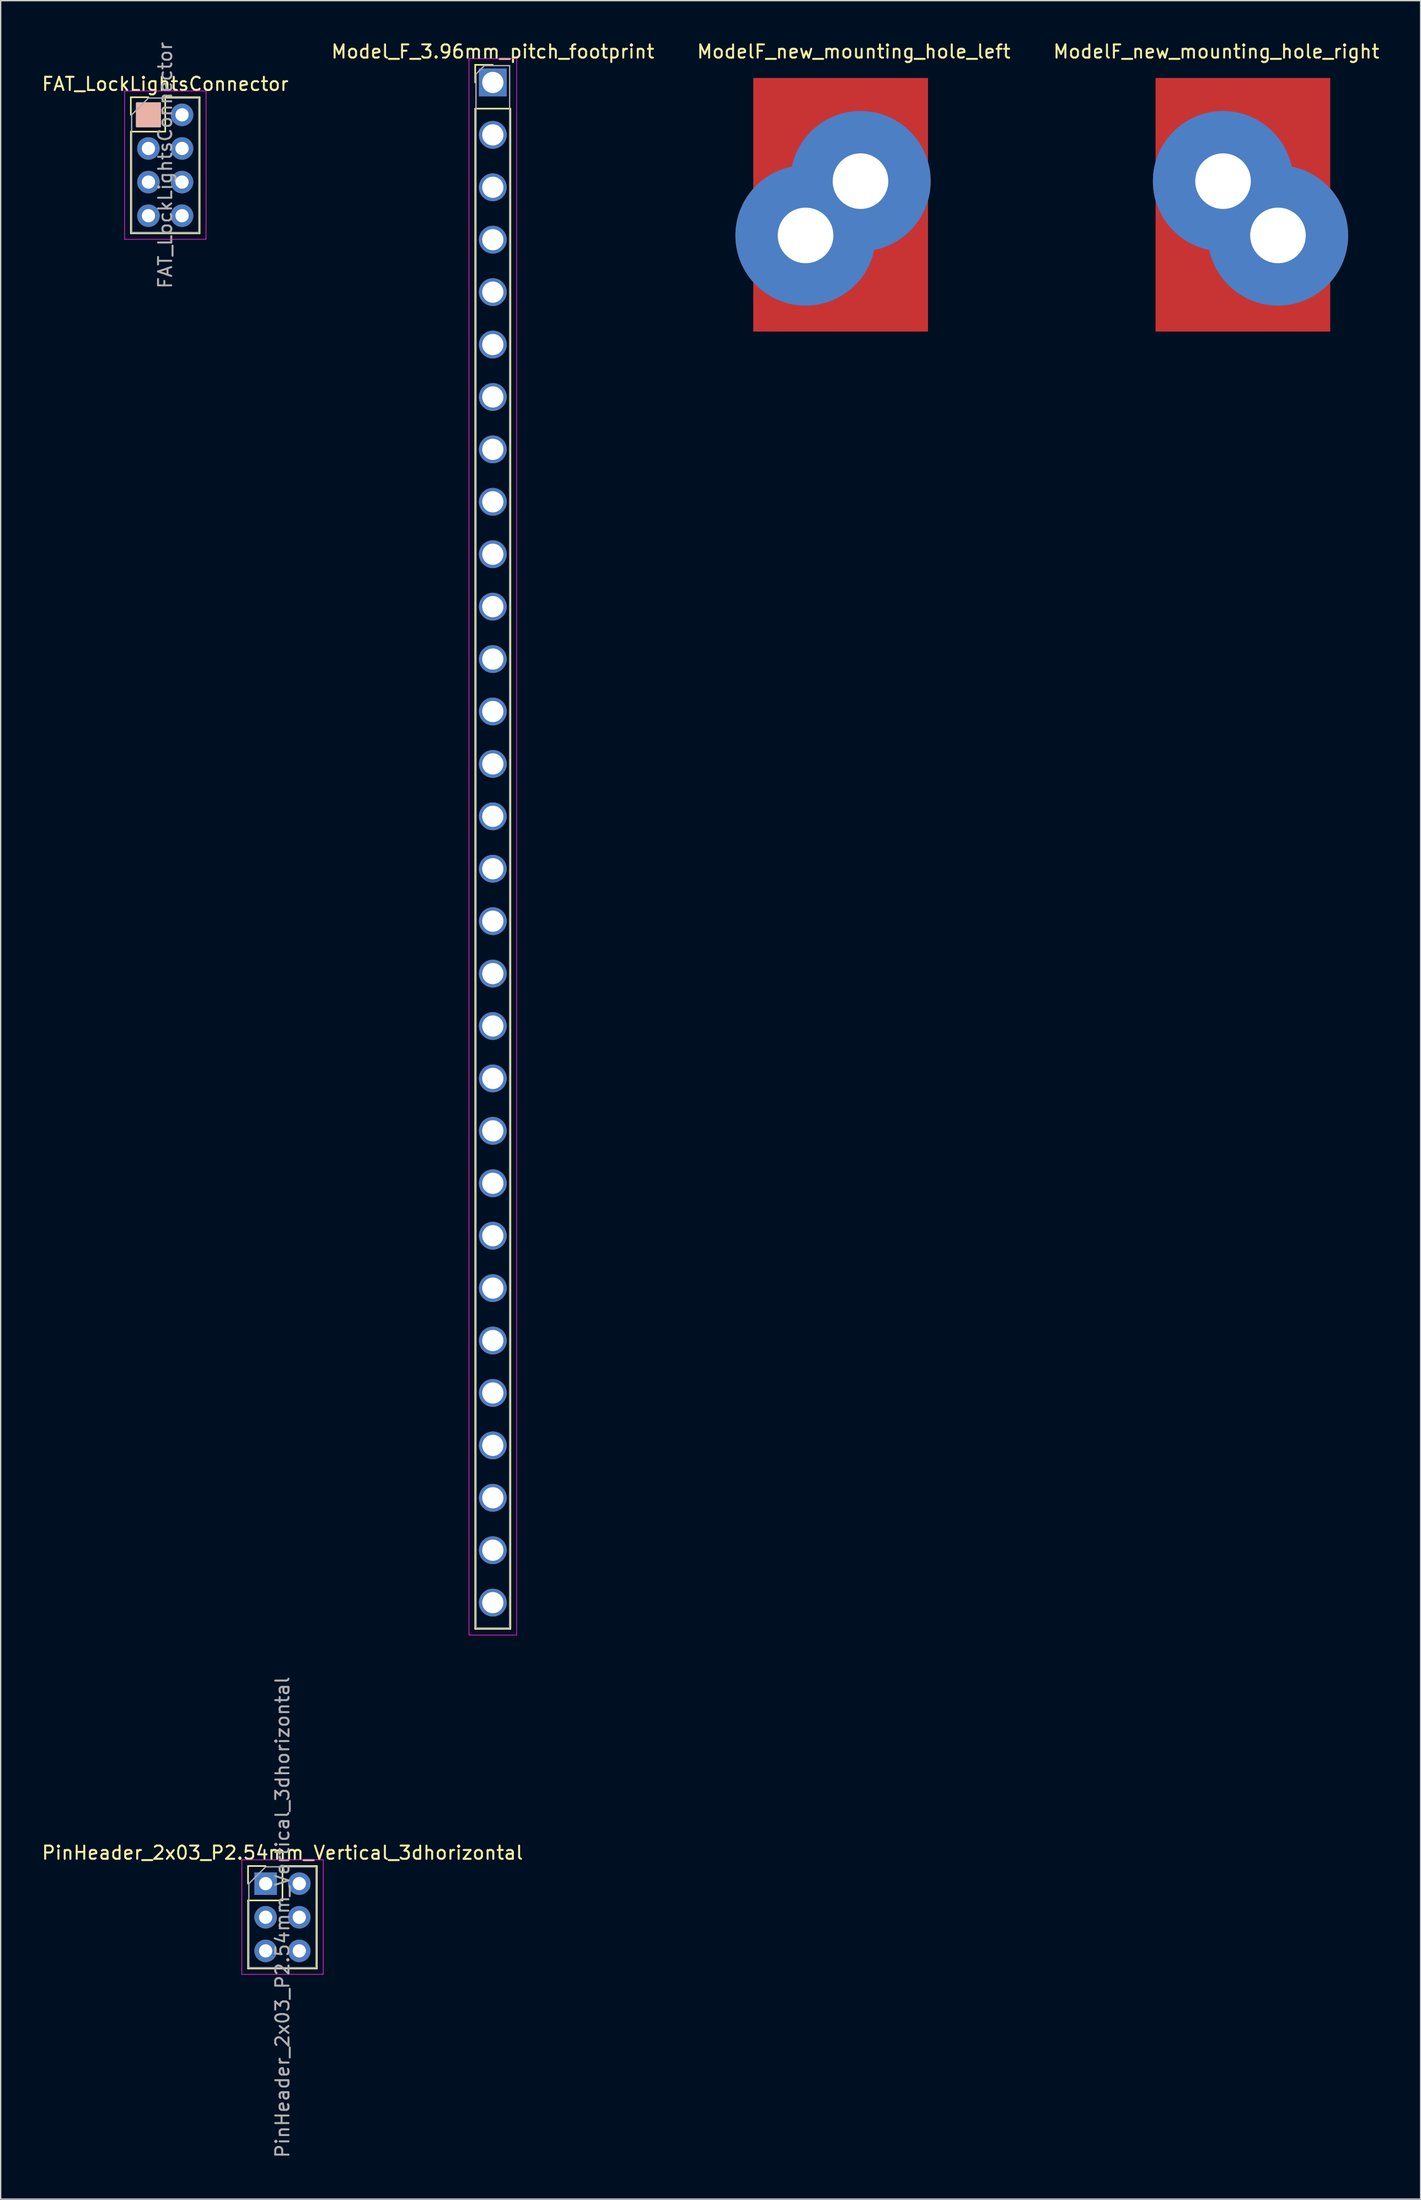
<source format=kicad_pcb>
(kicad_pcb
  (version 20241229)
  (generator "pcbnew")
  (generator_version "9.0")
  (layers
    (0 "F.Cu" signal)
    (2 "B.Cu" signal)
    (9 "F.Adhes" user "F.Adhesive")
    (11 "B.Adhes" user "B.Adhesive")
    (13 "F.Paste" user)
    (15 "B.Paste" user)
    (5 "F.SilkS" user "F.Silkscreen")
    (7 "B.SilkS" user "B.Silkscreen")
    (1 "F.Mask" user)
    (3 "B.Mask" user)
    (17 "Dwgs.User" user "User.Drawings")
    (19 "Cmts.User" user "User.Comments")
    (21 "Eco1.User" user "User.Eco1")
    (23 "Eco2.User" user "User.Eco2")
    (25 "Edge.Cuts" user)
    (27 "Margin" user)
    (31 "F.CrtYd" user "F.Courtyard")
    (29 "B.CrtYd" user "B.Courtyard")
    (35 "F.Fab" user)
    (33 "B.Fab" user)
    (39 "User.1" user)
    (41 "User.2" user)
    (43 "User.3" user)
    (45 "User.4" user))
  (footprint "PinHeader_2x03_P2.54mm_Vertical_3dhorizontal"
    (layer "F.Cu")
    (at 17.022 139.245)
    (property "Reference" "PinHeader_2x03_P2.54mm_Vertical_3dhorizontal" (at 1.27 -2.33 0) (layer "F.SilkS") (effects (font (size 1 1) (thickness 0.15))))
    (attr through_hole)
    (fp_line (start -1.33 -1.33) (end 0 -1.33) (stroke (width 0.12) (type solid)) (layer "F.SilkS"))
    (fp_line (start -1.33 0) (end -1.33 -1.33) (stroke (width 0.12) (type solid)) (layer "F.SilkS"))
    (fp_line (start -1.33 1.27) (end -1.33 6.41) (stroke (width 0.12) (type solid)) (layer "F.SilkS"))
    (fp_line (start -1.33 1.27) (end 1.27 1.27) (stroke (width 0.12) (type solid)) (layer "F.SilkS"))
    (fp_line (start -1.33 6.41) (end 3.87 6.41) (stroke (width 0.12) (type solid)) (layer "F.SilkS"))
    (fp_line (start 1.27 -1.33) (end 3.87 -1.33) (stroke (width 0.12) (type solid)) (layer "F.SilkS"))
    (fp_line (start 1.27 1.27) (end 1.27 -1.33) (stroke (width 0.12) (type solid)) (layer "F.SilkS"))
    (fp_line (start 3.87 -1.33) (end 3.87 6.41) (stroke (width 0.12) (type solid)) (layer "F.SilkS"))
    (fp_line (start -1.8 -1.8) (end -1.8 6.85) (stroke (width 0.05) (type solid)) (layer "F.CrtYd"))
    (fp_line (start -1.8 6.85) (end 4.35 6.85) (stroke (width 0.05) (type solid)) (layer "F.CrtYd"))
    (fp_line (start 4.35 -1.8) (end -1.8 -1.8) (stroke (width 0.05) (type solid)) (layer "F.CrtYd"))
    (fp_line (start 4.35 6.85) (end 4.35 -1.8) (stroke (width 0.05) (type solid)) (layer "F.CrtYd"))
    (fp_line (start -1.27 0) (end 0 -1.27) (stroke (width 0.1) (type solid)) (layer "F.Fab"))
    (fp_line (start -1.27 6.35) (end -1.27 0) (stroke (width 0.1) (type solid)) (layer "F.Fab"))
    (fp_line (start 0 -1.27) (end 3.81 -1.27) (stroke (width 0.1) (type solid)) (layer "F.Fab"))
    (fp_line (start 3.81 -1.27) (end 3.81 6.35) (stroke (width 0.1) (type solid)) (layer "F.Fab"))
    (fp_line (start 3.81 6.35) (end -1.27 6.35) (stroke (width 0.1) (type solid)) (layer "F.Fab"))
    (fp_text user "${REFERENCE}" (at 1.27 2.54 90) (layer "F.Fab") (effects (font (size 1 1) (thickness 0.15))))
    (pad "1" thru_hole rect (at 0 0) (size 1.7 1.7) (drill 1) (layers "*.Cu" "*.Mask"))
    (pad "2" thru_hole oval (at 2.54 0) (size 1.7 1.7) (drill 1) (layers "*.Cu" "*.Mask"))
    (pad "3" thru_hole oval (at 0 2.54) (size 1.7 1.7) (drill 1) (layers "*.Cu" "*.Mask"))
    (pad "4" thru_hole oval (at 2.54 2.54) (size 1.7 1.7) (drill 1) (layers "*.Cu" "*.Mask"))
    (pad "5" thru_hole oval (at 0 5.08) (size 1.7 1.7) (drill 1) (layers "*.Cu" "*.Mask"))
    (pad "6" thru_hole oval (at 2.54 5.08) (size 1.7 1.7) (drill 1) (layers "*.Cu" "*.Mask")))
  (footprint "FAT_LockLightsConnector"
    (layer "F.Cu")
    (at 8.165 5.625)
    (property "Reference" "FAT_LockLightsConnector" (at 1.27 -2.33 0) (layer "F.SilkS") (effects (font (size 1 1) (thickness 0.15))))
    (attr through_hole)
    (fp_line (start -1.33 -1.33) (end 0 -1.33) (stroke (width 0.12) (type solid)) (layer "F.SilkS"))
    (fp_line (start -1.33 0) (end -1.33 -1.33) (stroke (width 0.12) (type solid)) (layer "F.SilkS"))
    (fp_line (start -1.33 1.27) (end -1.33 8.95) (stroke (width 0.12) (type solid)) (layer "F.SilkS"))
    (fp_line (start -1.33 1.27) (end 1.27 1.27) (stroke (width 0.12) (type solid)) (layer "F.SilkS"))
    (fp_line (start -1.33 8.95) (end 3.87 8.95) (stroke (width 0.12) (type solid)) (layer "F.SilkS"))
    (fp_line (start 1.27 -1.33) (end 3.87 -1.33) (stroke (width 0.12) (type solid)) (layer "F.SilkS"))
    (fp_line (start 1.27 1.27) (end 1.27 -1.33) (stroke (width 0.12) (type solid)) (layer "F.SilkS"))
    (fp_line (start 3.87 -1.33) (end 3.87 8.95) (stroke (width 0.12) (type solid)) (layer "F.SilkS"))
    (fp_poly (pts (xy 0.889 0.889) (xy -0.889 0.889) (xy -0.889 -0.889) (xy 0.889 -0.889)) (stroke (width 0.1) (type solid)) (fill yes) (layer "F.SilkS"))
    (fp_poly (pts (xy 0.889 0.889) (xy -0.889 0.889) (xy -0.889 -0.889) (xy 0.889 -0.889)) (stroke (width 0.1) (type solid)) (fill yes) (layer "B.SilkS"))
    (fp_line (start -1.8 -1.8) (end -1.8 9.4) (stroke (width 0.05) (type solid)) (layer "F.CrtYd"))
    (fp_line (start -1.8 9.4) (end 4.35 9.4) (stroke (width 0.05) (type solid)) (layer "F.CrtYd"))
    (fp_line (start 4.35 -1.8) (end -1.8 -1.8) (stroke (width 0.05) (type solid)) (layer "F.CrtYd"))
    (fp_line (start 4.35 9.4) (end 4.35 -1.8) (stroke (width 0.05) (type solid)) (layer "F.CrtYd"))
    (fp_line (start -1.27 0) (end 0 -1.27) (stroke (width 0.1) (type solid)) (layer "F.Fab"))
    (fp_line (start -1.27 8.89) (end -1.27 0) (stroke (width 0.1) (type solid)) (layer "F.Fab"))
    (fp_line (start 0 -1.27) (end 3.81 -1.27) (stroke (width 0.1) (type solid)) (layer "F.Fab"))
    (fp_line (start 3.81 -1.27) (end 3.81 8.89) (stroke (width 0.1) (type solid)) (layer "F.Fab"))
    (fp_line (start 3.81 8.89) (end -1.27 8.89) (stroke (width 0.1) (type solid)) (layer "F.Fab"))
    (fp_text user "${REFERENCE}" (at 1.27 3.81 90) (layer "F.Fab") (effects (font (size 1 1) (thickness 0.15))))
    (pad "2" thru_hole oval (at 2.54 0) (size 1.7 1.7) (drill 1) (layers "*.Cu" "*.Mask"))
    (pad "3" thru_hole oval (at 0 2.54) (size 1.7 1.7) (drill 1) (layers "*.Cu" "*.Mask"))
    (pad "4" thru_hole oval (at 2.54 2.54) (size 1.7 1.7) (drill 1) (layers "*.Cu" "*.Mask"))
    (pad "5" thru_hole oval (at 0 5.08) (size 1.7 1.7) (drill 1) (layers "*.Cu" "*.Mask"))
    (pad "6" thru_hole oval (at 2.54 5.08) (size 1.7 1.7) (drill 1) (layers "*.Cu" "*.Mask"))
    (pad "7" thru_hole oval (at 0 7.62) (size 1.7 1.7) (drill 1) (layers "*.Cu" "*.Mask"))
    (pad "8" thru_hole oval (at 2.54 7.62) (size 1.7 1.7) (drill 1) (layers "*.Cu" "*.Mask")))
  (footprint "ModelF_new_mounting_hole_left"
    (layer "F.Cu")
    (at 61.966 10.635)
    (property "Reference" "ModelF_new_mounting_hole_left" (at -0.508 -9.787 0) (layer "F.SilkS") (effects (font (size 1 1) (thickness 0.15))))
    (attr through_hole)
    (pad "1" thru_hole circle (at -4.15 4.1) (size 10.6 10.6) (drill 4.2) (layers "*.Cu" "*.Mask"))
    (pad "1" smd rect (at -1.5 1.785) (size 13.2 19.16) (layers "F.Cu" "F.Mask"))
    (pad "1" thru_hole circle (at 0 0) (size 10.6 10.6) (drill 4.2) (layers "*.Cu" "*.Mask")))
  (footprint "ModelF_new_mounting_hole_right"
    (layer "F.Cu")
    (at 89.359 10.635)
    (property "Reference" "ModelF_new_mounting_hole_right" (at -0.508 -9.787 0) (layer "F.SilkS") (effects (font (size 1 1) (thickness 0.15))))
    (attr through_hole)
    (pad "1" thru_hole circle (at 0 0) (size 10.6 10.6) (drill 4.2) (layers "*.Cu" "*.Mask"))
    (pad "1" smd rect (at 1.5 1.785) (size 13.2 19.16) (layers "F.Cu" "F.Mask"))
    (pad "1" thru_hole circle (at 4.15 4.1) (size 10.6 10.6) (drill 4.2) (layers "*.Cu" "*.Mask")))
  (footprint "Model_F_3.96mm_pitch_footprint"
    (layer "F.Cu")
    (at 34.185 3.178)
    (property "Reference" "Model_F_3.96mm_pitch_footprint" (at 0 -2.33 0) (layer "F.SilkS") (effects (font (size 1 1) (thickness 0.15))))
    (attr through_hole)
    (fp_line (start -1.33 -1.33) (end 0 -1.33) (stroke (width 0.12) (type solid)) (layer "F.SilkS"))
    (fp_line (start -1.33 0) (end -1.33 -1.33) (stroke (width 0.12) (type solid)) (layer "F.SilkS"))
    (fp_line (start -1.33 1.98) (end -1.33 116.82) (stroke (width 0.12) (type solid)) (layer "F.SilkS"))
    (fp_line (start -1.33 1.98) (end 1.33 1.98) (stroke (width 0.12) (type solid)) (layer "F.SilkS"))
    (fp_line (start -1.33 116.82) (end 1.33 116.82) (stroke (width 0.12) (type solid)) (layer "F.SilkS"))
    (fp_line (start 1.33 1.98) (end 1.33 116.82) (stroke (width 0.12) (type solid)) (layer "F.SilkS"))
    (fp_line (start -1.8 -1.8) (end -1.8 117.29) (stroke (width 0.05) (type solid)) (layer "F.CrtYd"))
    (fp_line (start -1.8 117.29) (end 1.8 117.29) (stroke (width 0.05) (type solid)) (layer "F.CrtYd"))
    (fp_line (start 1.8 -1.8) (end -1.8 -1.8) (stroke (width 0.05) (type solid)) (layer "F.CrtYd"))
    (fp_line (start 1.8 117.29) (end 1.8 -1.8) (stroke (width 0.05) (type solid)) (layer "F.CrtYd"))
    (fp_line (start -1.27 -0.635) (end -0.635 -1.27) (stroke (width 0.1) (type solid)) (layer "F.Fab"))
    (fp_line (start -1.27 116.76) (end -1.27 -0.635) (stroke (width 0.1) (type solid)) (layer "F.Fab"))
    (fp_line (start -0.635 -1.27) (end 1.27 -1.27) (stroke (width 0.1) (type solid)) (layer "F.Fab"))
    (fp_line (start 1.27 -1.27) (end 1.27 116.76) (stroke (width 0.1) (type solid)) (layer "F.Fab"))
    (fp_line (start 1.27 116.76) (end -1.27 116.76) (stroke (width 0.1) (type solid)) (layer "F.Fab"))
    (pad "1" thru_hole rect (at 0 0) (size 2.1 2.1) (drill 1.6) (layers "*.Cu" "*.Mask"))
    (pad "2" thru_hole oval (at 0 3.96) (size 2.1 2.1) (drill 1.6) (layers "*.Cu" "*.Mask"))
    (pad "3" thru_hole oval (at 0 7.92) (size 2.1 2.1) (drill 1.6) (layers "*.Cu" "*.Mask"))
    (pad "4" thru_hole oval (at 0 11.88) (size 2.1 2.1) (drill 1.6) (layers "*.Cu" "*.Mask"))
    (pad "5" thru_hole oval (at 0 15.84) (size 2.1 2.1) (drill 1.6) (layers "*.Cu" "*.Mask"))
    (pad "6" thru_hole oval (at 0 19.8) (size 2.1 2.1) (drill 1.6) (layers "*.Cu" "*.Mask"))
    (pad "7" thru_hole oval (at 0 23.76) (size 2.1 2.1) (drill 1.6) (layers "*.Cu" "*.Mask"))
    (pad "8" thru_hole oval (at 0 27.72) (size 2.1 2.1) (drill 1.6) (layers "*.Cu" "*.Mask"))
    (pad "9" thru_hole oval (at 0 31.68) (size 2.1 2.1) (drill 1.6) (layers "*.Cu" "*.Mask"))
    (pad "10" thru_hole oval (at 0 35.64) (size 2.1 2.1) (drill 1.6) (layers "*.Cu" "*.Mask"))
    (pad "11" thru_hole oval (at 0 39.6) (size 2.1 2.1) (drill 1.6) (layers "*.Cu" "*.Mask"))
    (pad "12" thru_hole oval (at 0 43.56) (size 2.1 2.1) (drill 1.6) (layers "*.Cu" "*.Mask"))
    (pad "13" thru_hole oval (at 0 47.52) (size 2.1 2.1) (drill 1.6) (layers "*.Cu" "*.Mask"))
    (pad "14" thru_hole oval (at 0 51.48) (size 2.1 2.1) (drill 1.6) (layers "*.Cu" "*.Mask"))
    (pad "15" thru_hole oval (at 0 55.44) (size 2.1 2.1) (drill 1.6) (layers "*.Cu" "*.Mask"))
    (pad "16" thru_hole oval (at 0 59.4) (size 2.1 2.1) (drill 1.6) (layers "*.Cu" "*.Mask"))
    (pad "17" thru_hole oval (at 0 63.36) (size 2.1 2.1) (drill 1.6) (layers "*.Cu" "*.Mask"))
    (pad "18" thru_hole oval (at 0 67.32) (size 2.1 2.1) (drill 1.6) (layers "*.Cu" "*.Mask"))
    (pad "19" thru_hole oval (at 0 71.28) (size 2.1 2.1) (drill 1.6) (layers "*.Cu" "*.Mask"))
    (pad "20" thru_hole oval (at 0 75.24) (size 2.1 2.1) (drill 1.6) (layers "*.Cu" "*.Mask"))
    (pad "21" thru_hole oval (at 0 79.2) (size 2.1 2.1) (drill 1.6) (layers "*.Cu" "*.Mask"))
    (pad "22" thru_hole oval (at 0 83.16) (size 2.1 2.1) (drill 1.6) (layers "*.Cu" "*.Mask"))
    (pad "23" thru_hole oval (at 0 87.12) (size 2.1 2.1) (drill 1.6) (layers "*.Cu" "*.Mask"))
    (pad "24" thru_hole oval (at 0 91.08) (size 2.1 2.1) (drill 1.6) (layers "*.Cu" "*.Mask"))
    (pad "25" thru_hole oval (at 0 95.04) (size 2.1 2.1) (drill 1.6) (layers "*.Cu" "*.Mask"))
    (pad "26" thru_hole oval (at 0 99) (size 2.1 2.1) (drill 1.6) (layers "*.Cu" "*.Mask"))
    (pad "27" thru_hole oval (at 0 102.96) (size 2.1 2.1) (drill 1.6) (layers "*.Cu" "*.Mask"))
    (pad "28" thru_hole oval (at 0 106.92) (size 2.1 2.1) (drill 1.6) (layers "*.Cu" "*.Mask"))
    (pad "29" thru_hole oval (at 0 110.88) (size 2.1 2.1) (drill 1.6) (layers "*.Cu" "*.Mask"))
    (pad "30" thru_hole oval (at 0 114.84) (size 2.1 2.1) (drill 1.6) (layers "*.Cu" "*.Mask")))
  (gr_rect
    (start -3 -3)
    (end 104.286 163.077)
    (stroke (width 0.1) (type default))
    (fill no)
    (layer "Edge.Cuts")))
</source>
